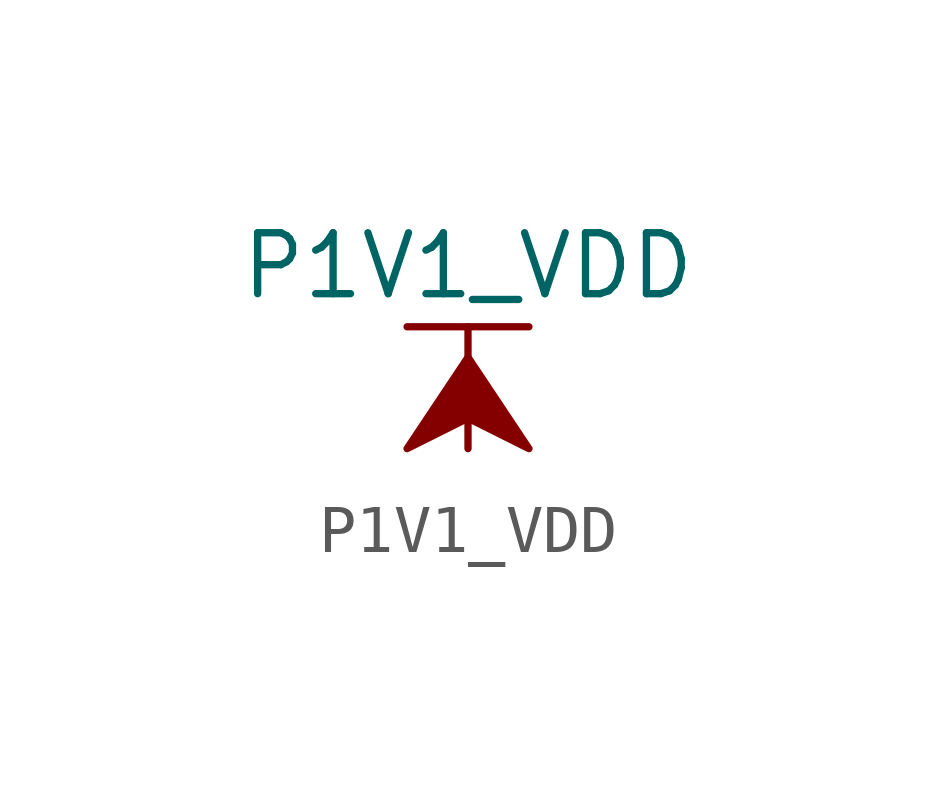
<source format=kicad_sym>
(kicad_symbol_lib
  (version 20211014)
  (generator kicad_symbol_editor)
  (symbol "P1V1_VDD"
    (power)
    (pin_names
      (offset 0))
    (property "Reference" "#PWR"
      (at 0 -3.81 0)
      (effects (font (size 1.27 1.27)) hide))
    (property "Value" "P1V1_VDD"
      (at 0 3.81 0)
      (effects (font (size 1.27 1.27))))
    (symbol "P1V1_VDD_0_1"
      (polyline (pts (xy -1.27 2.54) (xy 1.27 2.54)) (stroke (width 0.152) (type default) (color 0 0 0 0)) (fill (type none)))
      (polyline (pts (xy 0 0) (xy 0 2.54)) (stroke (width 0.152) (type default) (color 0 0 0 0)) (fill (type none)))
      (polyline (pts (xy 0 1.905) (xy -1.27 0) (xy 0 0.635) (xy 1.27 0) (xy 0 1.905)) (stroke (width 0.152) (type default) (color 0 0 0 0)) (fill (type outline))))
    (symbol "P1V1_VDD_1_1"
      (pin power_in line (at 0 0 90) (length 0) hide (name "P1V1_VDD" (effects (font (size 1.27 1.27)))) (number "1" (effects (font (size 1.27 1.27))))))))
</source>
